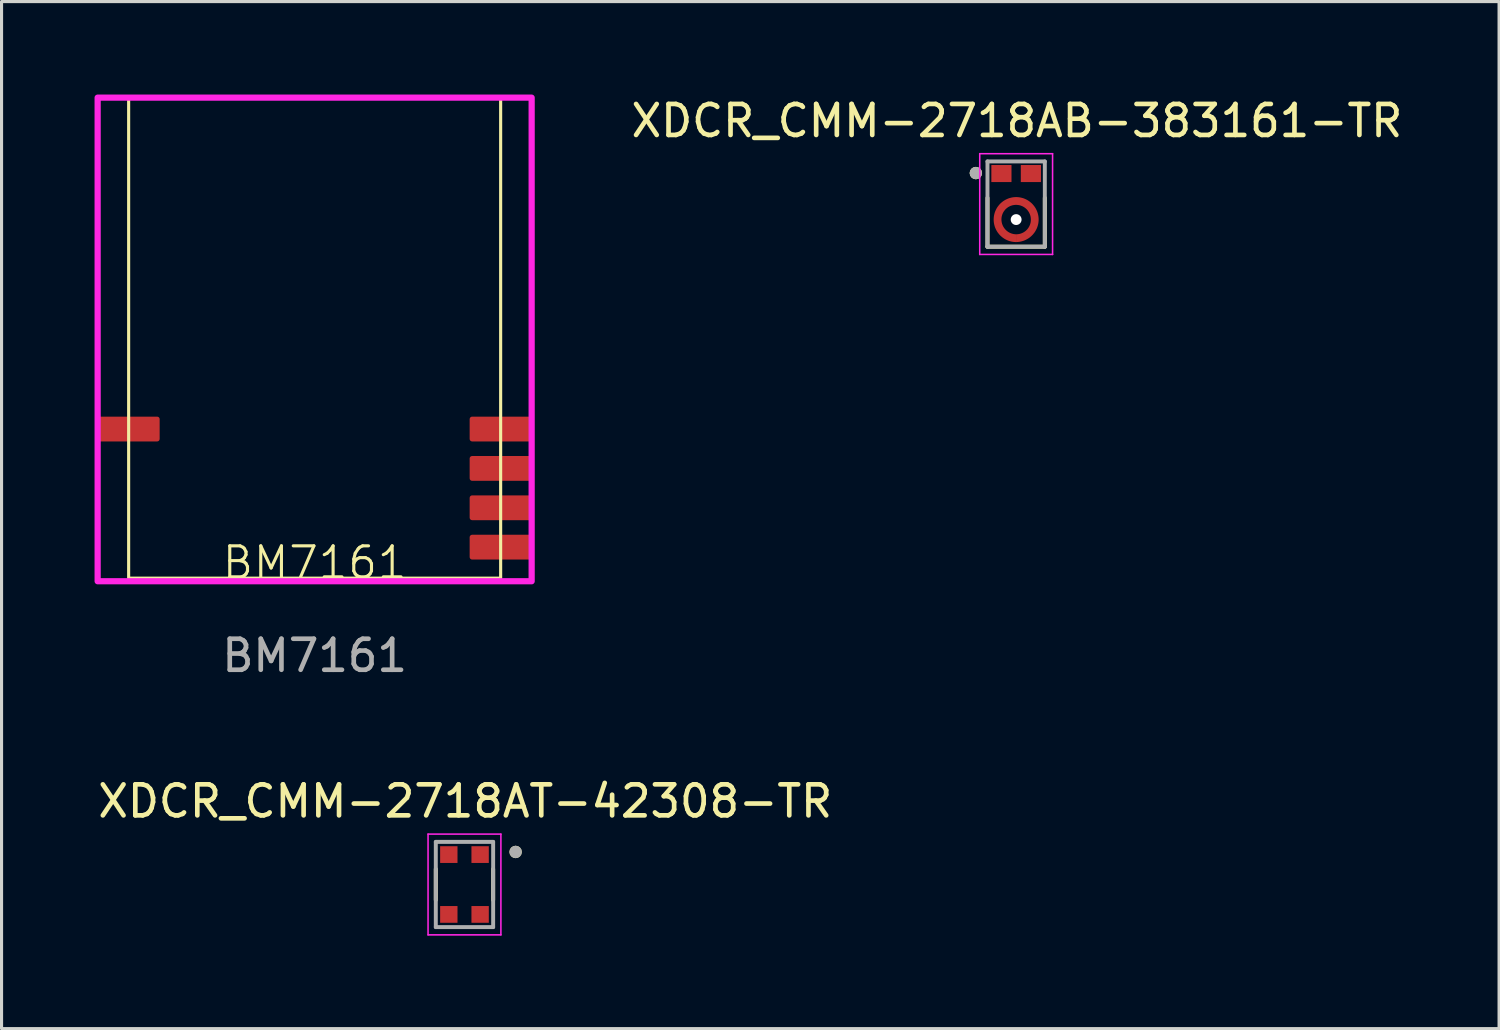
<source format=kicad_pcb>
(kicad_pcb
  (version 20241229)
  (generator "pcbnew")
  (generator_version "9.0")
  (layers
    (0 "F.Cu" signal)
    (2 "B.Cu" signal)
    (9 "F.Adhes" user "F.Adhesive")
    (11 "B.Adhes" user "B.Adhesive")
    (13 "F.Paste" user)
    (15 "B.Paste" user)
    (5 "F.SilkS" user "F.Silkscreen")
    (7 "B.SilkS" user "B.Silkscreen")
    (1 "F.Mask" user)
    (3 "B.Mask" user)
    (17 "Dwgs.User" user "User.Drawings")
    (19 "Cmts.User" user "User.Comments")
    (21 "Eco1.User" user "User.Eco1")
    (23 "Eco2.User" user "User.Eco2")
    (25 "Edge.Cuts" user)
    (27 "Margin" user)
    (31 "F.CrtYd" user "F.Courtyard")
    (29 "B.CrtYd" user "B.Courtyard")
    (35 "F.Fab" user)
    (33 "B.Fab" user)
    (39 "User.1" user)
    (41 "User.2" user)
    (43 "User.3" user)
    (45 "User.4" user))
  (footprint "XDCR_CMM-2718AT-42308-TR"
    (layer "F.Cu")
    (at 11.933 25.482)
    (property "Reference" "XDCR_CMM-2718AT-42308-TR" (at 0.025 -2.685 0) (layer "F.SilkS") (effects (font (size 1 1) (thickness 0.15))))
    (attr smd)
    (fp_line (start -0.925 0.5) (end -0.925 -0.5) (stroke (width 0.127) (type solid)) (layer "F.SilkS"))
    (fp_line (start 0.925 -0.5) (end 0.925 0.5) (stroke (width 0.127) (type solid)) (layer "F.SilkS"))
    (fp_circle (center 1.65 -1.05) (end 1.75 -1.05) (stroke (width 0.2) (type solid)) (fill no) (layer "F.SilkS"))
    (fp_line (start -1.175 -1.625) (end 1.175 -1.625) (stroke (width 0.05) (type solid)) (layer "F.CrtYd"))
    (fp_line (start -1.175 1.625) (end -1.175 -1.625) (stroke (width 0.05) (type solid)) (layer "F.CrtYd"))
    (fp_line (start 1.175 -1.625) (end 1.175 1.625) (stroke (width 0.05) (type solid)) (layer "F.CrtYd"))
    (fp_line (start 1.175 1.625) (end -1.175 1.625) (stroke (width 0.05) (type solid)) (layer "F.CrtYd"))
    (fp_line (start -0.925 -1.375) (end 0.925 -1.375) (stroke (width 0.127) (type solid)) (layer "F.Fab"))
    (fp_line (start -0.925 1.375) (end -0.925 -1.375) (stroke (width 0.127) (type solid)) (layer "F.Fab"))
    (fp_line (start 0.925 -1.375) (end 0.925 1.375) (stroke (width 0.127) (type solid)) (layer "F.Fab"))
    (fp_line (start 0.925 1.375) (end -0.925 1.375) (stroke (width 0.127) (type solid)) (layer "F.Fab"))
    (fp_circle (center 1.65 -1.05) (end 1.75 -1.05) (stroke (width 0.2) (type solid)) (fill no) (layer "F.Fab"))
    (pad "1" smd rect (at 0.505 -0.965 180) (size 0.56 0.54) (layers "F.Cu" "F.Mask" "F.Paste"))
    (pad "2" smd rect (at 0.505 0.965 180) (size 0.56 0.54) (layers "F.Cu" "F.Mask" "F.Paste"))
    (pad "3" smd rect (at -0.505 0.965 180) (size 0.56 0.54) (layers "F.Cu" "F.Mask" "F.Paste"))
    (pad "4" smd rect (at -0.505 -0.965 180) (size 0.56 0.54) (layers "F.Cu" "F.Mask" "F.Paste")))
  (footprint "BM7161"
    (layer "F.Cu")
    (at 7.1 15.6)
    (property "Reference" "BM7161" (at 0 -0.5 0) (unlocked yes) (layer "F.SilkS") (effects (font (size 1 1) (thickness 0.1))))
    (attr smd)
    (fp_rect (start -6 -15.5) (end 6 0) (stroke (width 0.1) (type default)) (fill no) (layer "F.SilkS"))
    (fp_rect (start -7 -15.5) (end 7 0.1) (stroke (width 0.2) (type default)) (fill no) (layer "F.CrtYd"))
    (fp_text user "${REFERENCE}" (at 0 2.5 0) (unlocked yes) (layer "F.Fab") (effects (font (size 1 1) (thickness 0.15))))
    (pad "1" smd roundrect (at 6 -1) (size 2 0.8) (layers "F.Cu" "F.Mask" "F.Paste") (roundrect_rratio 0.1))
    (pad "2" smd roundrect (at 6 -2.27) (size 2 0.8) (layers "F.Cu" "F.Mask" "F.Paste") (roundrect_rratio 0.1))
    (pad "3" smd roundrect (at 6 -3.54) (size 2 0.8) (layers "F.Cu" "F.Mask" "F.Paste") (roundrect_rratio 0.1))
    (pad "4" smd roundrect (at 6 -4.81) (size 2 0.8) (layers "F.Cu" "F.Mask" "F.Paste") (roundrect_rratio 0.1))
    (pad "5" smd roundrect (at -6 -4.81) (size 2 0.8) (layers "F.Cu" "F.Mask" "F.Paste") (roundrect_rratio 0.1))
    (zone (net_name "") (layer "F.SilkS") (name "ANTENNA") (hatch edge 0.5) (connect_pads) (min_thickness 0.25) (filled_areas_thickness no) (keepout (tracks not_allowed) (vias not_allowed) (pads not_allowed) (copperpour allowed) (footprints allowed)) (placement (enabled no)) (fill) (polygon (pts (xy 1.1 0.1) (xy 13.1 0.1) (xy 13.1 6.6) (xy 1.2 6.6)))))
  (footprint "XDCR_CMM-2718AB-383161-TR"
    (layer "F.Cu")
    (at 29.729 3.533)
    (property "Reference" "XDCR_CMM-2718AB-383161-TR" (at 0.025 -2.685 0) (layer "F.SilkS") (effects (font (size 1 1) (thickness 0.15))))
    (attr smd)
    (fp_circle (center 0 0.5) (end 0.595 0.5) (stroke (width 0.35) (type solid)) (fill no) (layer "F.Mask"))
    (fp_line (start -0.925 1.375) (end -0.925 -0.2) (stroke (width 0.127) (type solid)) (layer "F.SilkS"))
    (fp_line (start 0.925 -0.2) (end 0.925 1.375) (stroke (width 0.127) (type solid)) (layer "F.SilkS"))
    (fp_line (start 0.925 1.375) (end -0.925 1.375) (stroke (width 0.127) (type solid)) (layer "F.SilkS"))
    (fp_circle (center -1.3 -1) (end -1.2 -1) (stroke (width 0.2) (type solid)) (fill no) (layer "F.SilkS"))
    (fp_poly (pts (xy -0.58 0.94) (xy -0.4 0.76) (xy -0.412 0.741) (xy -0.42 0.725) (xy -0.428 0.709) (xy -0.436 0.693) (xy -0.443 0.676) (xy -0.449 0.659) (xy -0.454 0.642) (xy -0.459 0.625) (xy -0.464 0.607) (xy -0.467 0.59) (xy -0.47 0.572) (xy -0.473 0.554) (xy -0.474 0.536) (xy -0.475 0.518) (xy -0.476 0.5) (xy -0.475 0.482) (xy -0.474 0.464) (xy -0.473 0.446) (xy -0.47 0.428) (xy -0.467 0.41) (xy -0.464 0.393) (xy -0.459 0.375) (xy -0.454 0.358) (xy -0.449 0.341) (xy -0.443 0.324) (xy -0.436 0.307) (xy -0.428 0.291) (xy -0.42 0.275) (xy -0.412 0.259) (xy -0.4 0.24) (xy -0.58 0.06) (xy -0.602 0.09) (xy -0.619 0.116) (xy -0.635 0.143) (xy -0.65 0.17) (xy -0.663 0.198) (xy -0.676 0.227) (xy -0.687 0.256) (xy -0.697 0.285) (xy -0.705 0.315) (xy -0.713 0.346) (xy -0.719 0.376) (xy -0.723 0.407) (xy -0.727 0.438) (xy -0.729 0.469) (xy -0.729 0.5) (xy -0.729 0.531) (xy -0.727 0.562) (xy -0.723 0.593) (xy -0.719 0.624) (xy -0.713 0.654) (xy -0.705 0.685) (xy -0.697 0.715) (xy -0.687 0.744) (xy -0.676 0.773) (xy -0.663 0.802) (xy -0.65 0.83) (xy -0.635 0.857) (xy -0.619 0.884) (xy -0.602 0.91) (xy -0.58 0.94)) (stroke (width 0.001) (type solid)) (fill yes) (layer "F.Paste"))
    (fp_poly (pts (xy -0.44 -0.08) (xy -0.26 0.1) (xy -0.248 0.093) (xy -0.232 0.084) (xy -0.216 0.075) (xy -0.199 0.067) (xy -0.183 0.06) (xy -0.166 0.053) (xy -0.148 0.047) (xy -0.131 0.042) (xy -0.113 0.038) (xy -0.095 0.034) (xy -0.077 0.03) (xy -0.059 0.028) (xy -0.041 0.026) (xy -0.023 0.025) (xy -0.004 0.024) (xy 0.014 0.024) (xy 0.032 0.025) (xy 0.051 0.027) (xy 0.069 0.029) (xy 0.087 0.032) (xy 0.105 0.036) (xy 0.123 0.04) (xy 0.14 0.045) (xy 0.158 0.051) (xy 0.175 0.057) (xy 0.192 0.064) (xy 0.208 0.071) (xy 0.225 0.08) (xy 0.241 0.088) (xy 0.26 0.1) (xy 0.44 -0.08) (xy 0.419 -0.095) (xy 0.393 -0.113) (xy 0.366 -0.13) (xy 0.338 -0.146) (xy 0.309 -0.16) (xy 0.28 -0.173) (xy 0.25 -0.185) (xy 0.22 -0.195) (xy 0.19 -0.204) (xy 0.158 -0.212) (xy 0.127 -0.218) (xy 0.096 -0.223) (xy 0.064 -0.227) (xy 0.032 -0.229) (xy 0 -0.229) (xy -0.032 -0.229) (xy -0.064 -0.227) (xy -0.096 -0.223) (xy -0.127 -0.218) (xy -0.158 -0.212) (xy -0.19 -0.204) (xy -0.22 -0.195) (xy -0.25 -0.185) (xy -0.28 -0.173) (xy -0.309 -0.16) (xy -0.338 -0.146) (xy -0.366 -0.13) (xy -0.393 -0.113) (xy -0.419 -0.095) (xy -0.44 -0.08)) (stroke (width 0.001) (type solid)) (fill yes) (layer "F.Paste"))
    (fp_poly (pts (xy 0.44 1.08) (xy 0.26 0.9) (xy 0.241 0.912) (xy 0.225 0.92) (xy 0.208 0.929) (xy 0.192 0.936) (xy 0.175 0.943) (xy 0.158 0.949) (xy 0.14 0.955) (xy 0.123 0.96) (xy 0.105 0.964) (xy 0.087 0.968) (xy 0.069 0.971) (xy 0.051 0.973) (xy 0.032 0.975) (xy 0.014 0.976) (xy -0.004 0.976) (xy -0.023 0.975) (xy -0.041 0.974) (xy -0.059 0.972) (xy -0.077 0.97) (xy -0.095 0.966) (xy -0.113 0.962) (xy -0.131 0.958) (xy -0.148 0.953) (xy -0.166 0.947) (xy -0.183 0.94) (xy -0.199 0.933) (xy -0.216 0.925) (xy -0.232 0.916) (xy -0.248 0.907) (xy -0.26 0.9) (xy -0.44 1.08) (xy -0.419 1.095) (xy -0.393 1.113) (xy -0.366 1.13) (xy -0.338 1.146) (xy -0.309 1.16) (xy -0.28 1.173) (xy -0.25 1.185) (xy -0.22 1.195) (xy -0.19 1.204) (xy -0.158 1.212) (xy -0.127 1.218) (xy -0.096 1.223) (xy -0.064 1.227) (xy -0.032 1.229) (xy 0 1.229) (xy 0.032 1.229) (xy 0.064 1.227) (xy 0.096 1.223) (xy 0.127 1.218) (xy 0.158 1.212) (xy 0.19 1.204) (xy 0.22 1.195) (xy 0.25 1.185) (xy 0.28 1.173) (xy 0.309 1.16) (xy 0.338 1.146) (xy 0.366 1.13) (xy 0.393 1.113) (xy 0.419 1.095) (xy 0.44 1.08)) (stroke (width 0.001) (type solid)) (fill yes) (layer "F.Paste"))
    (fp_poly (pts (xy 0.58 0.06) (xy 0.4 0.24) (xy 0.408 0.252) (xy 0.417 0.268) (xy 0.425 0.285) (xy 0.433 0.302) (xy 0.441 0.319) (xy 0.447 0.336) (xy 0.453 0.354) (xy 0.458 0.371) (xy 0.463 0.39) (xy 0.467 0.408) (xy 0.47 0.426) (xy 0.473 0.444) (xy 0.474 0.463) (xy 0.475 0.481) (xy 0.476 0.5) (xy 0.475 0.519) (xy 0.474 0.537) (xy 0.473 0.556) (xy 0.47 0.574) (xy 0.467 0.592) (xy 0.463 0.61) (xy 0.458 0.629) (xy 0.453 0.646) (xy 0.447 0.664) (xy 0.441 0.681) (xy 0.433 0.698) (xy 0.425 0.715) (xy 0.417 0.732) (xy 0.408 0.748) (xy 0.4 0.76) (xy 0.58 0.94) (xy 0.595 0.919) (xy 0.613 0.893) (xy 0.63 0.866) (xy 0.646 0.838) (xy 0.66 0.809) (xy 0.673 0.78) (xy 0.685 0.75) (xy 0.695 0.72) (xy 0.704 0.69) (xy 0.712 0.658) (xy 0.718 0.627) (xy 0.723 0.596) (xy 0.727 0.564) (xy 0.729 0.532) (xy 0.729 0.5) (xy 0.729 0.468) (xy 0.727 0.436) (xy 0.723 0.404) (xy 0.718 0.373) (xy 0.712 0.342) (xy 0.704 0.31) (xy 0.695 0.28) (xy 0.685 0.25) (xy 0.673 0.22) (xy 0.66 0.191) (xy 0.646 0.162) (xy 0.63 0.134) (xy 0.613 0.107) (xy 0.595 0.081) (xy 0.58 0.06)) (stroke (width 0.001) (type solid)) (fill yes) (layer "F.Paste"))
    (fp_line (start -1.175 -1.625) (end 1.175 -1.625) (stroke (width 0.05) (type solid)) (layer "F.CrtYd"))
    (fp_line (start -1.175 1.625) (end -1.175 -1.625) (stroke (width 0.05) (type solid)) (layer "F.CrtYd"))
    (fp_line (start 1.175 -1.625) (end 1.175 1.625) (stroke (width 0.05) (type solid)) (layer "F.CrtYd"))
    (fp_line (start 1.175 1.625) (end -1.175 1.625) (stroke (width 0.05) (type solid)) (layer "F.CrtYd"))
    (fp_line (start -0.925 -1.375) (end 0.925 -1.375) (stroke (width 0.127) (type solid)) (layer "F.Fab"))
    (fp_line (start -0.925 1.375) (end -0.925 -1.375) (stroke (width 0.127) (type solid)) (layer "F.Fab"))
    (fp_line (start 0.925 -1.375) (end 0.925 1.375) (stroke (width 0.127) (type solid)) (layer "F.Fab"))
    (fp_line (start 0.925 1.375) (end -0.925 1.375) (stroke (width 0.127) (type solid)) (layer "F.Fab"))
    (fp_circle (center -1.3 -1) (end -1.2 -1) (stroke (width 0.2) (type solid)) (fill no) (layer "F.Fab"))
    (pad "" np_thru_hole circle (at 0 0.5) (size 0.35 0.35) (drill 0.35) (layers "*.Cu" "*.Mask"))
    (pad "1" smd rect (at -0.475 -0.985 180) (size 0.65 0.55) (layers "F.Cu" "F.Mask" "F.Paste"))
    (pad "2" smd rect (at 0.475 -0.985 180) (size 0.65 0.55) (layers "F.Cu" "F.Mask" "F.Paste"))
    (pad "3" smd custom (at 0.6 0.5 180) (size 0.1 0.1) (layers "F.Cu") (options (anchor rect)) (primitives (gr_poly (pts (xy 0.601 -0.725) (xy 0.638 -0.724) (xy 0.676 -0.721) (xy 0.714 -0.716) (xy 0.751 -0.709) (xy 0.788 -0.7) (xy 0.824 -0.69) (xy 0.86 -0.677) (xy 0.895 -0.662) (xy 0.929 -0.646) (xy 0.963 -0.628) (xy 0.995 -0.608) (xy 1.026 -0.587) (xy 1.056 -0.563) (xy 1.085 -0.539) (xy 1.113 -0.513) (xy 1.139 -0.485) (xy 1.163 -0.456) (xy 1.187 -0.426) (xy 1.208 -0.395) (xy 1.228 -0.363) (xy 1.246 -0.329) (xy 1.262 -0.295) (xy 1.277 -0.26) (xy 1.29 -0.224) (xy 1.3 -0.188) (xy 1.309 -0.151) (xy 1.316 -0.114) (xy 1.321 -0.076) (xy 1.324 -0.038) (xy 1.325 0) (xy 1.324 0.038) (xy 1.321 0.076) (xy 1.316 0.113) (xy 1.309 0.151) (xy 1.3 0.188) (xy 1.29 0.224) (xy 1.277 0.26) (xy 1.262 0.295) (xy 1.246 0.329) (xy 1.228 0.363) (xy 1.208 0.395) (xy 1.187 0.426) (xy 1.163 0.456) (xy 1.139 0.485) (xy 1.113 0.513) (xy 1.085 0.539) (xy 1.056 0.563) (xy 1.026 0.587) (xy 0.995 0.608) (xy 0.962 0.628) (xy 0.929 0.646) (xy 0.895 0.662) (xy 0.86 0.677) (xy 0.824 0.69) (xy 0.788 0.7) (xy 0.751 0.709) (xy 0.713 0.716) (xy 0.676 0.721) (xy 0.638 0.724) (xy 0.6 0.725) (xy 0.562 0.724) (xy 0.524 0.721) (xy 0.487 0.716) (xy 0.449 0.709) (xy 0.412 0.7) (xy 0.376 0.69) (xy 0.34 0.677) (xy 0.305 0.662) (xy 0.271 0.646) (xy 0.237 0.628) (xy 0.205 0.608) (xy 0.174 0.587) (xy 0.144 0.563) (xy 0.115 0.539) (xy 0.087 0.513) (xy 0.061 0.485) (xy 0.037 0.456) (xy 0.013 0.426) (xy -0.008 0.395) (xy -0.028 0.363) (xy -0.046 0.329) (xy -0.062 0.295) (xy -0.077 0.26) (xy -0.09 0.224) (xy -0.1 0.188) (xy -0.109 0.151) (xy -0.116 0.113) (xy -0.121 0.076) (xy -0.124 0.038) (xy -0.125 0) (xy -0.124 -0.033) (xy -0.121 -0.071) (xy -0.116 -0.109) (xy -0.109 -0.147) (xy -0.1 -0.184) (xy -0.089 -0.221) (xy -0.077 -0.257) (xy -0.062 -0.292) (xy -0.045 -0.326) (xy -0.027 -0.36) (xy -0.007 -0.393) (xy 0.014 -0.424) (xy 0.038 -0.454) (xy 0.062 -0.483) (xy 0.089 -0.511) (xy 0.117 -0.538) (xy 0.146 -0.562) (xy 0.176 -0.586) (xy 0.207 -0.607) (xy 0.24 -0.627) (xy 0.274 -0.645) (xy 0.308 -0.662) (xy 0.343 -0.677) (xy 0.379 -0.689) (xy 0.416 -0.7) (xy 0.453 -0.709) (xy 0.491 -0.716) (xy 0.529 -0.721) (xy 0.567 -0.724) (xy 0.599 -0.725) (xy 0.599 -0.475) (xy 0.572 -0.474) (xy 0.547 -0.472) (xy 0.523 -0.469) (xy 0.499 -0.465) (xy 0.475 -0.459) (xy 0.451 -0.452) (xy 0.428 -0.444) (xy 0.405 -0.434) (xy 0.383 -0.424) (xy 0.361 -0.412) (xy 0.34 -0.399) (xy 0.319 -0.385) (xy 0.3 -0.37) (xy 0.281 -0.354) (xy 0.263 -0.337) (xy 0.246 -0.319) (xy 0.23 -0.3) (xy 0.215 -0.281) (xy 0.201 -0.26) (xy 0.188 -0.239) (xy 0.176 -0.217) (xy 0.166 -0.195) (xy 0.156 -0.172) (xy 0.148 -0.149) (xy 0.141 -0.125) (xy 0.135 -0.101) (xy 0.131 -0.077) (xy 0.128 -0.053) (xy 0.126 -0.028) (xy 0.125 -0.006) (xy 0.125 0) (xy 0.126 0.025) (xy 0.128 0.05) (xy 0.131 0.074) (xy 0.135 0.099) (xy 0.141 0.123) (xy 0.148 0.147) (xy 0.157 0.17) (xy 0.166 0.193) (xy 0.177 0.216) (xy 0.189 0.238) (xy 0.202 0.259) (xy 0.216 0.279) (xy 0.231 0.299) (xy 0.247 0.318) (xy 0.264 0.336) (xy 0.282 0.353) (xy 0.301 0.369) (xy 0.321 0.384) (xy 0.341 0.398) (xy 0.362 0.411) (xy 0.384 0.423) (xy 0.407 0.434) (xy 0.43 0.443) (xy 0.453 0.452) (xy 0.477 0.459) (xy 0.501 0.465) (xy 0.526 0.469) (xy 0.55 0.472) (xy 0.575 0.474) (xy 0.6 0.475) (xy 0.621 0.475) (xy 0.646 0.473) (xy 0.67 0.47) (xy 0.695 0.466) (xy 0.719 0.461) (xy 0.742 0.454) (xy 0.766 0.447) (xy 0.789 0.438) (xy 0.811 0.427) (xy 0.833 0.416) (xy 0.854 0.404) (xy 0.875 0.39) (xy 0.894 0.375) (xy 0.913 0.36) (xy 0.932 0.343) (xy 0.949 0.326) (xy 0.965 0.307) (xy 0.98 0.288) (xy 0.995 0.268) (xy 1.008 0.247) (xy 1.02 0.226) (xy 1.031 0.204) (xy 1.041 0.181) (xy 1.049 0.158) (xy 1.057 0.135) (xy 1.063 0.111) (xy 1.068 0.087) (xy 1.072 0.062) (xy 1.074 0.038) (xy 1.075 0.01) (xy 1.075 -0.012) (xy 1.073 -0.037) (xy 1.07 -0.062) (xy 1.066 -0.087) (xy 1.061 -0.111) (xy 1.054 -0.136) (xy 1.046 -0.159) (xy 1.037 -0.183) (xy 1.026 -0.206) (xy 1.015 -0.228) (xy 1.002 -0.249) (xy 0.988 -0.27) (xy 0.973 -0.291) (xy 0.957 -0.31) (xy 0.94 -0.329) (xy 0.922 -0.346) (xy 0.904 -0.363) (xy 0.884 -0.378) (xy 0.864 -0.393) (xy 0.842 -0.407) (xy 0.82 -0.419) (xy 0.798 -0.43) (xy 0.775 -0.44) (xy 0.751 -0.449) (xy 0.727 -0.456) (xy 0.703 -0.463) (xy 0.679 -0.468) (xy 0.654 -0.471) (xy 0.629 -0.474) (xy 0.601 -0.475) (xy 0.601 -0.725) (xy 0.601 -0.725)) (width 0.001) (fill yes)))))
  (gr_rect
    (start -3 -3)
    (end 45.307 30.131)
    (stroke (width 0.1) (type default))
    (fill no)
    (layer "Edge.Cuts")))
</source>
